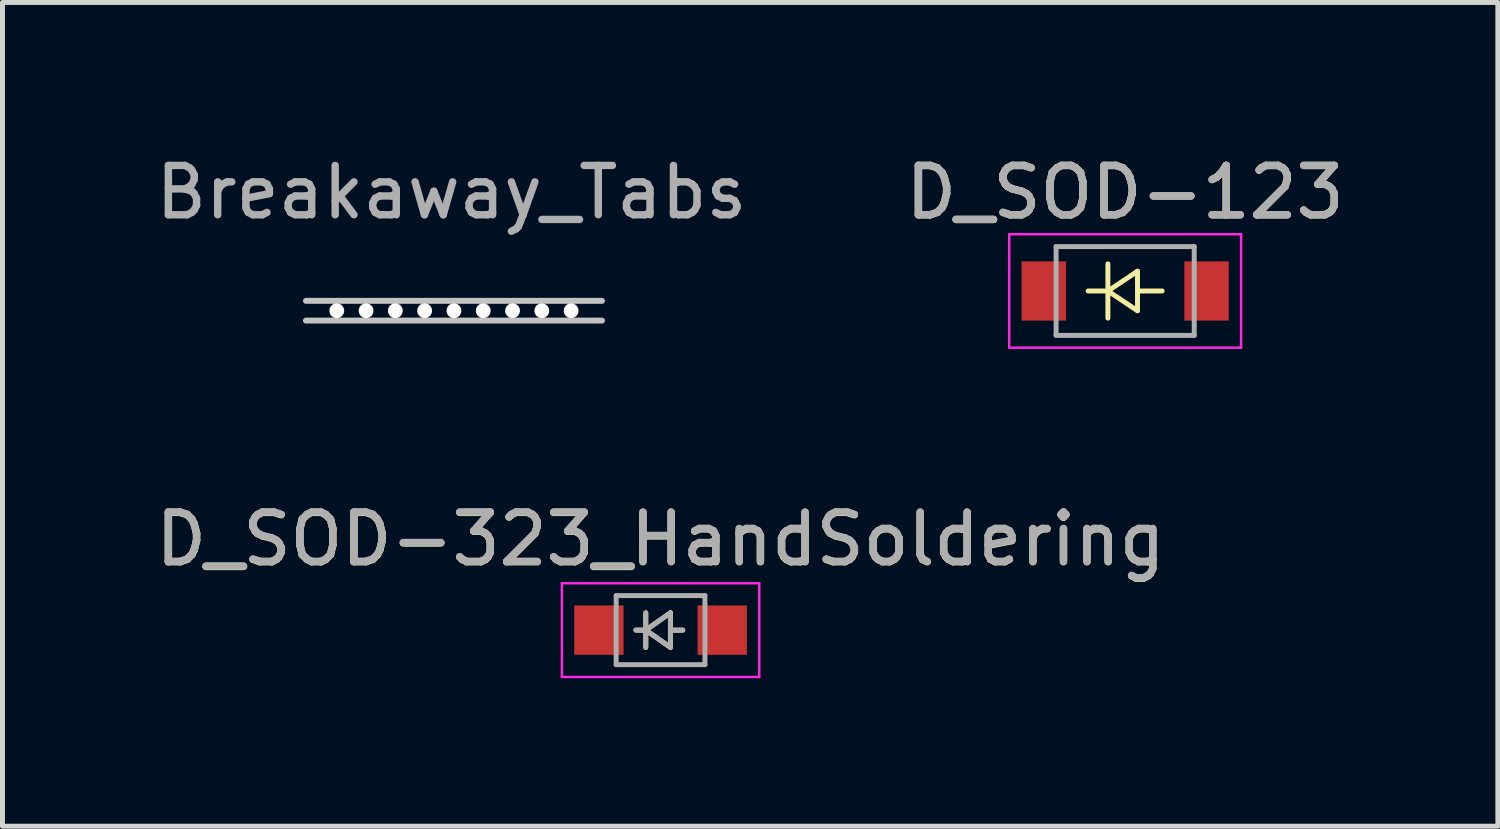
<source format=kicad_pcb>
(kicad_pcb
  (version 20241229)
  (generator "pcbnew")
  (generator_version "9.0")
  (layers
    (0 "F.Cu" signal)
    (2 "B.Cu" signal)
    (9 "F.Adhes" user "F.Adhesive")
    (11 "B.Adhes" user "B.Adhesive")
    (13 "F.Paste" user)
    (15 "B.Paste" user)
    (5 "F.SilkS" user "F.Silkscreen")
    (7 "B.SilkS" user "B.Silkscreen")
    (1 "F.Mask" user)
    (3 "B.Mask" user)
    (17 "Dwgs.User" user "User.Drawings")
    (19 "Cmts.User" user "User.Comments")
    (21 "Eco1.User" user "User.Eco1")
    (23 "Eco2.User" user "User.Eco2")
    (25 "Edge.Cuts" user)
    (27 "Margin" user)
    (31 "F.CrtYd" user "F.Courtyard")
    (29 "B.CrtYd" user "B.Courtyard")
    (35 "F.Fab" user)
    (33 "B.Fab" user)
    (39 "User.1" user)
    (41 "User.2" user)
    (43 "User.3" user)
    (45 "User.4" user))
  (footprint "D_SOD-323_HandSoldering"
    (layer "F.Cu")
    (at 10.339 9.722)
    (property "Reference" "D_SOD-323_HandSoldering" (at 0 -1.841 0) (layer "F.SilkS") (effects (font (size 1 1) (thickness 0.15))))
    (attr smd)
    (fp_line (start -0.3 -0.35) (end -0.3 0.35) (stroke (width 0.1) (type solid)) (layer "F.SilkS"))
    (fp_line (start -0.3 0) (end -0.5 0) (stroke (width 0.1) (type solid)) (layer "F.SilkS"))
    (fp_line (start -0.3 0) (end 0.2 -0.35) (stroke (width 0.1) (type solid)) (layer "F.SilkS"))
    (fp_line (start 0.2 -0.35) (end 0.2 0.35) (stroke (width 0.1) (type solid)) (layer "F.SilkS"))
    (fp_line (start 0.2 0) (end 0.45 0) (stroke (width 0.1) (type solid)) (layer "F.SilkS"))
    (fp_line (start 0.2 0.35) (end -0.3 0) (stroke (width 0.1) (type solid)) (layer "F.SilkS"))
    (fp_line (start -2 -0.95) (end -2 0.95) (stroke (width 0.05) (type solid)) (layer "F.CrtYd"))
    (fp_line (start -2 -0.95) (end 2 -0.95) (stroke (width 0.05) (type solid)) (layer "F.CrtYd"))
    (fp_line (start -2 0.95) (end 2 0.95) (stroke (width 0.05) (type solid)) (layer "F.CrtYd"))
    (fp_line (start 2 -0.95) (end 2 0.95) (stroke (width 0.05) (type solid)) (layer "F.CrtYd"))
    (fp_line (start -0.9 -0.7) (end 0.9 -0.7) (stroke (width 0.1) (type solid)) (layer "F.Fab"))
    (fp_line (start -0.9 0.7) (end -0.9 -0.7) (stroke (width 0.1) (type solid)) (layer "F.Fab"))
    (fp_line (start -0.3 -0.35) (end -0.3 0.35) (stroke (width 0.1) (type solid)) (layer "F.Fab"))
    (fp_line (start -0.3 0) (end -0.5 0) (stroke (width 0.1) (type solid)) (layer "F.Fab"))
    (fp_line (start -0.3 0) (end 0.2 -0.35) (stroke (width 0.1) (type solid)) (layer "F.Fab"))
    (fp_line (start 0.2 -0.35) (end 0.2 0.35) (stroke (width 0.1) (type solid)) (layer "F.Fab"))
    (fp_line (start 0.2 0) (end 0.45 0) (stroke (width 0.1) (type solid)) (layer "F.Fab"))
    (fp_line (start 0.2 0.35) (end -0.3 0) (stroke (width 0.1) (type solid)) (layer "F.Fab"))
    (fp_line (start 0.9 -0.7) (end 0.9 0.7) (stroke (width 0.1) (type solid)) (layer "F.Fab"))
    (fp_line (start 0.9 0.7) (end -0.9 0.7) (stroke (width 0.1) (type solid)) (layer "F.Fab"))
    (fp_text user "${REFERENCE}" (at 0 -1.85 0) (layer "F.Fab") (effects (font (size 1 1) (thickness 0.15))))
    (pad "1" smd rect (at -1.25 0) (size 1 1) (layers "F.Cu" "F.Mask" "F.Paste"))
    (pad "2" smd rect (at 1.25 0) (size 1 1) (layers "F.Cu" "F.Mask" "F.Paste")))
  (footprint "Breakaway_Tabs"
    (layer "F.Cu")
    (at 6.151 3.248)
    (property "Reference" "Breakaway_Tabs" (at -0.05 -2.4 0) (layer "F.Fab") (effects (font (size 1 1) (thickness 0.15))))
    (attr through_hole)
    (fp_line (start -3 -0.2) (end 3 -0.2) (stroke (width 0.12) (type solid)) (layer "Dwgs.User"))
    (fp_line (start -3 0.2) (end 3 0.2) (stroke (width 0.12) (type solid)) (layer "Dwgs.User"))
    (pad "" np_thru_hole circle (at -2.375 0) (size 0.3 0.3) (drill 0.3) (layers "*.Cu" "*.Mask"))
    (pad "" np_thru_hole circle (at -1.781 0) (size 0.3 0.3) (drill 0.3) (layers "*.Cu" "*.Mask"))
    (pad "" np_thru_hole circle (at -1.188 0) (size 0.3 0.3) (drill 0.3) (layers "*.Cu" "*.Mask"))
    (pad "" np_thru_hole circle (at -0.594 0) (size 0.3 0.3) (drill 0.3) (layers "*.Cu" "*.Mask"))
    (pad "" np_thru_hole circle (at 0 0) (size 0.3 0.3) (drill 0.3) (layers "*.Cu" "*.Mask"))
    (pad "" np_thru_hole circle (at 0.594 0) (size 0.3 0.3) (drill 0.3) (layers "*.Cu" "*.Mask"))
    (pad "" np_thru_hole circle (at 1.188 0) (size 0.3 0.3) (drill 0.3) (layers "*.Cu" "*.Mask"))
    (pad "" np_thru_hole circle (at 1.781 0) (size 0.3 0.3) (drill 0.3) (layers "*.Cu" "*.Mask"))
    (pad "" np_thru_hole circle (at 2.375 0) (size 0.3 0.3) (drill 0.3) (layers "*.Cu" "*.Mask")))
  (footprint "D_SOD-123"
    (layer "F.Cu")
    (at 19.756 2.848)
    (property "Reference" "D_SOD-123" (at 0 -2 0) (layer "F.SilkS") (effects (font (size 1 1) (thickness 0.15))))
    (attr smd)
    (fp_line (start -0.75 0) (end -0.35 0) (stroke (width 0.1) (type solid)) (layer "F.SilkS"))
    (fp_line (start -0.35 0) (end -0.35 -0.55) (stroke (width 0.1) (type solid)) (layer "F.SilkS"))
    (fp_line (start -0.35 0) (end -0.35 0.55) (stroke (width 0.1) (type solid)) (layer "F.SilkS"))
    (fp_line (start -0.35 0) (end 0.25 -0.4) (stroke (width 0.1) (type solid)) (layer "F.SilkS"))
    (fp_line (start 0.25 -0.4) (end 0.25 0.4) (stroke (width 0.1) (type solid)) (layer "F.SilkS"))
    (fp_line (start 0.25 0) (end 0.75 0) (stroke (width 0.1) (type solid)) (layer "F.SilkS"))
    (fp_line (start 0.25 0.4) (end -0.35 0) (stroke (width 0.1) (type solid)) (layer "F.SilkS"))
    (fp_line (start -2.35 -1.15) (end -2.35 1.15) (stroke (width 0.05) (type solid)) (layer "F.CrtYd"))
    (fp_line (start -2.35 -1.15) (end 2.35 -1.15) (stroke (width 0.05) (type solid)) (layer "F.CrtYd"))
    (fp_line (start 2.35 -1.15) (end 2.35 1.15) (stroke (width 0.05) (type solid)) (layer "F.CrtYd"))
    (fp_line (start 2.35 1.15) (end -2.35 1.15) (stroke (width 0.05) (type solid)) (layer "F.CrtYd"))
    (fp_line (start -1.4 -0.9) (end 1.4 -0.9) (stroke (width 0.1) (type solid)) (layer "F.Fab"))
    (fp_line (start -1.4 0.9) (end -1.4 -0.9) (stroke (width 0.1) (type solid)) (layer "F.Fab"))
    (fp_line (start 1.4 -0.9) (end 1.4 0.9) (stroke (width 0.1) (type solid)) (layer "F.Fab"))
    (fp_line (start 1.4 0.9) (end -1.4 0.9) (stroke (width 0.1) (type solid)) (layer "F.Fab"))
    (fp_text user "${REFERENCE}" (at 0 -2 0) (layer "F.Fab") (effects (font (size 1 1) (thickness 0.15))))
    (pad "1" smd rect (at -1.65 0) (size 0.9 1.2) (layers "F.Cu" "F.Mask" "F.Paste"))
    (pad "2" smd rect (at 1.65 0) (size 0.9 1.2) (layers "F.Cu" "F.Mask" "F.Paste")))
  (gr_rect
    (start -3 -3)
    (end 27.31 13.697)
    (stroke (width 0.1) (type default))
    (fill no)
    (layer "Edge.Cuts")))
</source>
